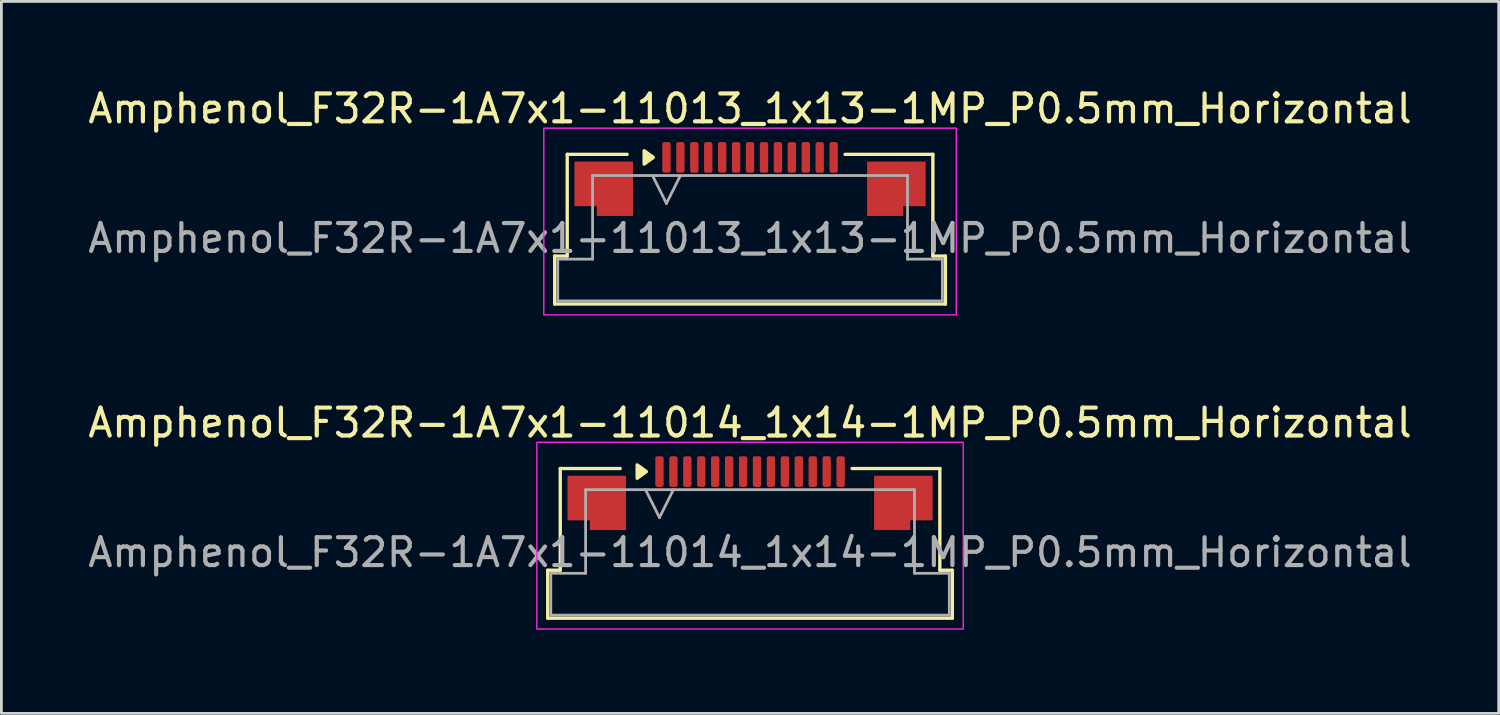
<source format=kicad_pcb>
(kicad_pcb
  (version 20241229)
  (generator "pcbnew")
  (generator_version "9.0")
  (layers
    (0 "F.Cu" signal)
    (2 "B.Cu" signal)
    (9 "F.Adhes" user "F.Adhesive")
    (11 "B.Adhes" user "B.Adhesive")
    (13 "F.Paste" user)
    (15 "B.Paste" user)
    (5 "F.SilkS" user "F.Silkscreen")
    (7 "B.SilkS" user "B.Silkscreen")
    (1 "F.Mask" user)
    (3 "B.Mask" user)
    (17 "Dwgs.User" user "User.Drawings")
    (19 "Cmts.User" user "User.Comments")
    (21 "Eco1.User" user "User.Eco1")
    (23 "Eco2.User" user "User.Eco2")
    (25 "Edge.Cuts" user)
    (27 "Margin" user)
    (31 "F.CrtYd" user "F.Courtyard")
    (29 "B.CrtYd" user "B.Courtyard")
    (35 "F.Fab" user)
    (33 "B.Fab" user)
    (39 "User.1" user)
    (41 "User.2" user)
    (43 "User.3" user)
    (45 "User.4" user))
  (footprint "Amphenol_F32R-1A7x1-11014_1x14-1MP_P0.5mm_Horizontal"
    (layer "F.Cu")
    (at 23.863 16.771)
    (property "Reference" "Amphenol_F32R-1A7x1-11014_1x14-1MP_P0.5mm_Horizontal" (at 0 -4.65 0) (layer "F.SilkS") (effects (font (size 1 1) (thickness 0.15))))
    (attr smd)
    (fp_line (start -7.26 0.64) (end -6.81 0.64) (stroke (width 0.12) (type solid)) (layer "F.SilkS"))
    (fp_line (start -7.26 2.36) (end -7.26 0.64) (stroke (width 0.12) (type solid)) (layer "F.SilkS"))
    (fp_line (start -6.81 -3.01) (end -4.66 -3.01) (stroke (width 0.12) (type solid)) (layer "F.SilkS"))
    (fp_line (start -6.81 0.64) (end -6.81 -3.01) (stroke (width 0.12) (type solid)) (layer "F.SilkS"))
    (fp_line (start 3.66 -3.01) (end 6.81 -3.01) (stroke (width 0.12) (type solid)) (layer "F.SilkS"))
    (fp_line (start 6.81 -3.01) (end 6.81 0.64) (stroke (width 0.12) (type solid)) (layer "F.SilkS"))
    (fp_line (start 6.81 0.64) (end 7.26 0.64) (stroke (width 0.12) (type solid)) (layer "F.SilkS"))
    (fp_line (start 7.26 0.64) (end 7.26 2.36) (stroke (width 0.12) (type solid)) (layer "F.SilkS"))
    (fp_line (start 7.26 2.36) (end -7.26 2.36) (stroke (width 0.12) (type solid)) (layer "F.SilkS"))
    (fp_poly (pts (xy -3.72 -2.9) (xy -4.05 -2.66) (xy -4.05 -3.14)) (stroke (width 0.12) (type solid)) (fill yes) (layer "F.SilkS"))
    (fp_rect (start -7.65 -3.95) (end 7.65 2.75) (stroke (width 0.05) (type solid)) (fill no) (layer "F.CrtYd"))
    (fp_line (start -7.15 0.75) (end -5.9 0.75) (stroke (width 0.1) (type solid)) (layer "F.Fab"))
    (fp_line (start -7.15 2.25) (end -7.15 0.75) (stroke (width 0.1) (type solid)) (layer "F.Fab"))
    (fp_line (start -5.9 -2.25) (end 5.9 -2.25) (stroke (width 0.1) (type solid)) (layer "F.Fab"))
    (fp_line (start -5.9 0.75) (end -5.9 -2.25) (stroke (width 0.1) (type solid)) (layer "F.Fab"))
    (fp_line (start -3.75 -2.25) (end -3.25 -1.25) (stroke (width 0.1) (type solid)) (layer "F.Fab"))
    (fp_line (start -3.25 -1.25) (end -2.75 -2.25) (stroke (width 0.1) (type solid)) (layer "F.Fab"))
    (fp_line (start 5.9 -2.25) (end 5.9 0.75) (stroke (width 0.1) (type solid)) (layer "F.Fab"))
    (fp_line (start 5.9 0.75) (end 7.15 0.75) (stroke (width 0.1) (type solid)) (layer "F.Fab"))
    (fp_line (start 7.15 0.75) (end 7.15 2.25) (stroke (width 0.1) (type solid)) (layer "F.Fab"))
    (fp_line (start 7.15 2.25) (end -7.15 2.25) (stroke (width 0.1) (type solid)) (layer "F.Fab"))
    (fp_text user "${REFERENCE}" (at 0 0 0) (layer "F.Fab") (effects (font (size 1 1) (thickness 0.15))))
    (pad "1" smd roundrect (at -3.25 -2.9) (size 0.3 1.1) (layers "F.Cu" "F.Mask" "F.Paste") (roundrect_rratio 0.25))
    (pad "2" smd roundrect (at -2.75 -2.9) (size 0.3 1.1) (layers "F.Cu" "F.Mask" "F.Paste") (roundrect_rratio 0.25))
    (pad "3" smd roundrect (at -2.25 -2.9) (size 0.3 1.1) (layers "F.Cu" "F.Mask" "F.Paste") (roundrect_rratio 0.25))
    (pad "4" smd roundrect (at -1.75 -2.9) (size 0.3 1.1) (layers "F.Cu" "F.Mask" "F.Paste") (roundrect_rratio 0.25))
    (pad "5" smd roundrect (at -1.25 -2.9) (size 0.3 1.1) (layers "F.Cu" "F.Mask" "F.Paste") (roundrect_rratio 0.25))
    (pad "6" smd roundrect (at -0.75 -2.9) (size 0.3 1.1) (layers "F.Cu" "F.Mask" "F.Paste") (roundrect_rratio 0.25))
    (pad "7" smd roundrect (at -0.25 -2.9) (size 0.3 1.1) (layers "F.Cu" "F.Mask" "F.Paste") (roundrect_rratio 0.25))
    (pad "8" smd roundrect (at 0.25 -2.9) (size 0.3 1.1) (layers "F.Cu" "F.Mask" "F.Paste") (roundrect_rratio 0.25))
    (pad "9" smd roundrect (at 0.75 -2.9) (size 0.3 1.1) (layers "F.Cu" "F.Mask" "F.Paste") (roundrect_rratio 0.25))
    (pad "10" smd roundrect (at 1.25 -2.9) (size 0.3 1.1) (layers "F.Cu" "F.Mask" "F.Paste") (roundrect_rratio 0.25))
    (pad "11" smd roundrect (at 1.75 -2.9) (size 0.3 1.1) (layers "F.Cu" "F.Mask" "F.Paste") (roundrect_rratio 0.25))
    (pad "12" smd roundrect (at 2.25 -2.9) (size 0.3 1.1) (layers "F.Cu" "F.Mask" "F.Paste") (roundrect_rratio 0.25))
    (pad "13" smd roundrect (at 2.75 -2.9) (size 0.3 1.1) (layers "F.Cu" "F.Mask" "F.Paste") (roundrect_rratio 0.25))
    (pad "14" smd roundrect (at 3.25 -2.9) (size 0.3 1.1) (layers "F.Cu" "F.Mask" "F.Paste") (roundrect_rratio 0.25))
    (pad "MP" smd custom (at -5.5 -1.775) (size 1 1) (layers "F.Cu" "F.Mask" "F.Paste") (options (anchor circle)) (primitives (gr_poly (pts (xy 1.05 -0.975) (xy 1.05 0.975) (xy -0.25 0.975) (xy -0.25 0.625) (xy -1.05 0.625) (xy -1.05 -0.975)) (width 0) (fill yes))))
    (pad "MP" smd custom (at 5.5 -1.775) (size 1 1) (layers "F.Cu" "F.Mask" "F.Paste") (options (anchor circle)) (primitives (gr_poly (pts (xy -1.05 -0.975) (xy -1.05 0.975) (xy 0.25 0.975) (xy 0.25 0.625) (xy 1.05 0.625) (xy 1.05 -0.975)) (width 0) (fill yes)))))
  (footprint "Amphenol_F32R-1A7x1-11013_1x13-1MP_P0.5mm_Horizontal"
    (layer "F.Cu")
    (at 23.863 5.498)
    (property "Reference" "Amphenol_F32R-1A7x1-11013_1x13-1MP_P0.5mm_Horizontal" (at 0 -4.65 0) (layer "F.SilkS") (effects (font (size 1 1) (thickness 0.15))))
    (attr smd)
    (fp_line (start -7.01 0.64) (end -6.56 0.64) (stroke (width 0.12) (type solid)) (layer "F.SilkS"))
    (fp_line (start -7.01 2.36) (end -7.01 0.64) (stroke (width 0.12) (type solid)) (layer "F.SilkS"))
    (fp_line (start -6.56 -3.01) (end -4.41 -3.01) (stroke (width 0.12) (type solid)) (layer "F.SilkS"))
    (fp_line (start -6.56 0.64) (end -6.56 -3.01) (stroke (width 0.12) (type solid)) (layer "F.SilkS"))
    (fp_line (start 3.41 -3.01) (end 6.56 -3.01) (stroke (width 0.12) (type solid)) (layer "F.SilkS"))
    (fp_line (start 6.56 -3.01) (end 6.56 0.64) (stroke (width 0.12) (type solid)) (layer "F.SilkS"))
    (fp_line (start 6.56 0.64) (end 7.01 0.64) (stroke (width 0.12) (type solid)) (layer "F.SilkS"))
    (fp_line (start 7.01 0.64) (end 7.01 2.36) (stroke (width 0.12) (type solid)) (layer "F.SilkS"))
    (fp_line (start 7.01 2.36) (end -7.01 2.36) (stroke (width 0.12) (type solid)) (layer "F.SilkS"))
    (fp_poly (pts (xy -3.47 -2.9) (xy -3.8 -2.66) (xy -3.8 -3.14)) (stroke (width 0.12) (type solid)) (fill yes) (layer "F.SilkS"))
    (fp_rect (start -7.4 -3.95) (end 7.4 2.75) (stroke (width 0.05) (type solid)) (fill no) (layer "F.CrtYd"))
    (fp_line (start -6.9 0.75) (end -5.65 0.75) (stroke (width 0.1) (type solid)) (layer "F.Fab"))
    (fp_line (start -6.9 2.25) (end -6.9 0.75) (stroke (width 0.1) (type solid)) (layer "F.Fab"))
    (fp_line (start -5.65 -2.25) (end 5.65 -2.25) (stroke (width 0.1) (type solid)) (layer "F.Fab"))
    (fp_line (start -5.65 0.75) (end -5.65 -2.25) (stroke (width 0.1) (type solid)) (layer "F.Fab"))
    (fp_line (start -3.5 -2.25) (end -3 -1.25) (stroke (width 0.1) (type solid)) (layer "F.Fab"))
    (fp_line (start -3 -1.25) (end -2.5 -2.25) (stroke (width 0.1) (type solid)) (layer "F.Fab"))
    (fp_line (start 5.65 -2.25) (end 5.65 0.75) (stroke (width 0.1) (type solid)) (layer "F.Fab"))
    (fp_line (start 5.65 0.75) (end 6.9 0.75) (stroke (width 0.1) (type solid)) (layer "F.Fab"))
    (fp_line (start 6.9 0.75) (end 6.9 2.25) (stroke (width 0.1) (type solid)) (layer "F.Fab"))
    (fp_line (start 6.9 2.25) (end -6.9 2.25) (stroke (width 0.1) (type solid)) (layer "F.Fab"))
    (fp_text user "${REFERENCE}" (at 0 0 0) (layer "F.Fab") (effects (font (size 1 1) (thickness 0.15))))
    (pad "1" smd roundrect (at -3 -2.9) (size 0.3 1.1) (layers "F.Cu" "F.Mask" "F.Paste") (roundrect_rratio 0.25))
    (pad "2" smd roundrect (at -2.5 -2.9) (size 0.3 1.1) (layers "F.Cu" "F.Mask" "F.Paste") (roundrect_rratio 0.25))
    (pad "3" smd roundrect (at -2 -2.9) (size 0.3 1.1) (layers "F.Cu" "F.Mask" "F.Paste") (roundrect_rratio 0.25))
    (pad "4" smd roundrect (at -1.5 -2.9) (size 0.3 1.1) (layers "F.Cu" "F.Mask" "F.Paste") (roundrect_rratio 0.25))
    (pad "5" smd roundrect (at -1 -2.9) (size 0.3 1.1) (layers "F.Cu" "F.Mask" "F.Paste") (roundrect_rratio 0.25))
    (pad "6" smd roundrect (at -0.5 -2.9) (size 0.3 1.1) (layers "F.Cu" "F.Mask" "F.Paste") (roundrect_rratio 0.25))
    (pad "7" smd roundrect (at 0 -2.9) (size 0.3 1.1) (layers "F.Cu" "F.Mask" "F.Paste") (roundrect_rratio 0.25))
    (pad "8" smd roundrect (at 0.5 -2.9) (size 0.3 1.1) (layers "F.Cu" "F.Mask" "F.Paste") (roundrect_rratio 0.25))
    (pad "9" smd roundrect (at 1 -2.9) (size 0.3 1.1) (layers "F.Cu" "F.Mask" "F.Paste") (roundrect_rratio 0.25))
    (pad "10" smd roundrect (at 1.5 -2.9) (size 0.3 1.1) (layers "F.Cu" "F.Mask" "F.Paste") (roundrect_rratio 0.25))
    (pad "11" smd roundrect (at 2 -2.9) (size 0.3 1.1) (layers "F.Cu" "F.Mask" "F.Paste") (roundrect_rratio 0.25))
    (pad "12" smd roundrect (at 2.5 -2.9) (size 0.3 1.1) (layers "F.Cu" "F.Mask" "F.Paste") (roundrect_rratio 0.25))
    (pad "13" smd roundrect (at 3 -2.9) (size 0.3 1.1) (layers "F.Cu" "F.Mask" "F.Paste") (roundrect_rratio 0.25))
    (pad "MP" smd custom (at -5.25 -1.775) (size 1 1) (layers "F.Cu" "F.Mask" "F.Paste") (options (anchor circle)) (primitives (gr_poly (pts (xy 1.05 -0.975) (xy 1.05 0.975) (xy -0.25 0.975) (xy -0.25 0.625) (xy -1.05 0.625) (xy -1.05 -0.975)) (width 0) (fill yes))))
    (pad "MP" smd custom (at 5.25 -1.775) (size 1 1) (layers "F.Cu" "F.Mask" "F.Paste") (options (anchor circle)) (primitives (gr_poly (pts (xy -1.05 -0.975) (xy -1.05 0.975) (xy 0.25 0.975) (xy 0.25 0.625) (xy 1.05 0.625) (xy 1.05 -0.975)) (width 0) (fill yes)))))
  (gr_rect
    (start -3 -3)
    (end 50.726 22.547)
    (stroke (width 0.1) (type default))
    (fill no)
    (layer "Edge.Cuts")))
</source>
